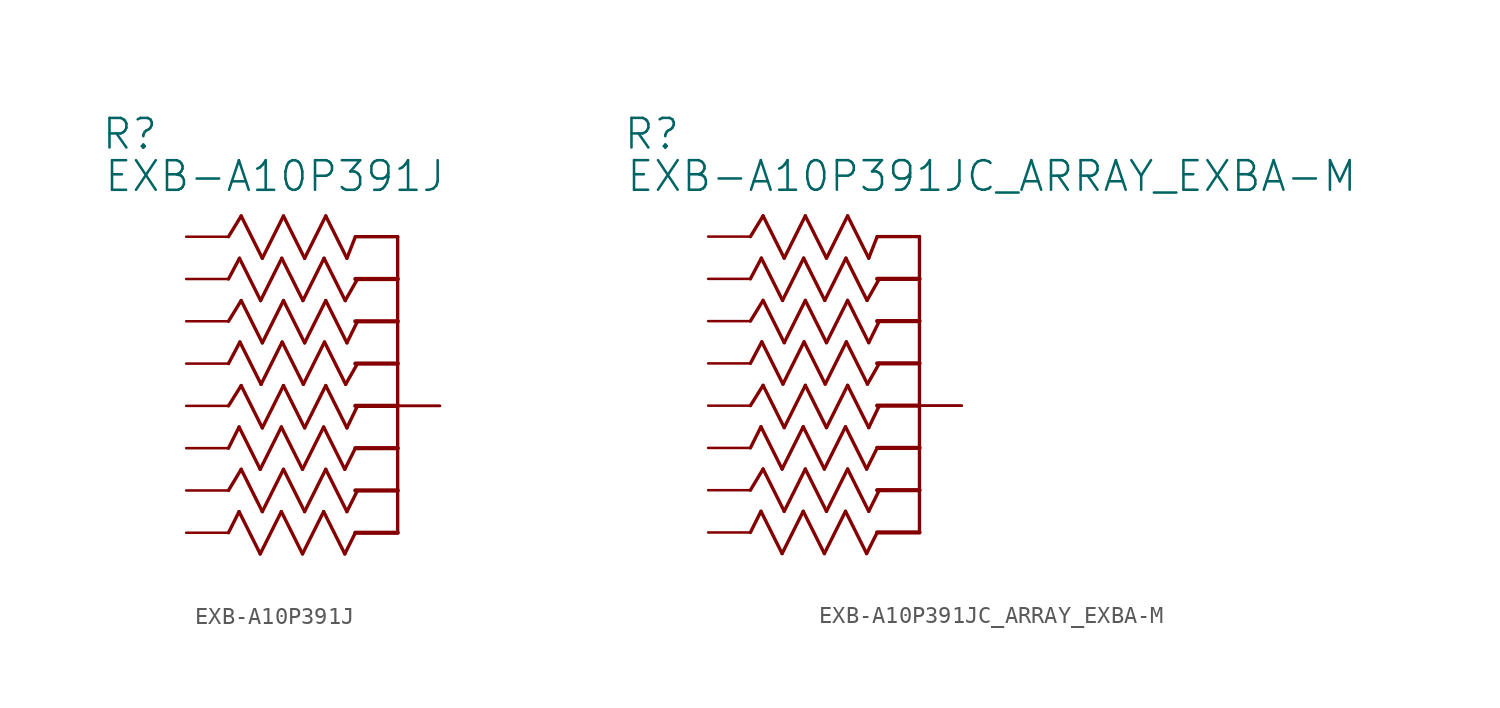
<source format=kicad_sym>
(kicad_symbol_lib
  (version 20211014)
  (generator kicad_symbol_editor)
  (symbol "EXB-A10P391J"
    (property "Reference" "R"
      (at -17.831 5.131 0)
      (effects (font (size 1.778 1.778)) (justify left bottom)))
    (property "Value" "EXB-A10P391J"
      (at -17.678 2.591 0)
      (effects (font (size 1.778 1.778)) (justify left bottom)))
    (property "ki_locked" ""
      (at 0 0 0)
      (effects (font (size 1.27 1.27))))
    (symbol "EXB-A10P391J_1_0"
      (polyline (pts (xy -10.16 -15.24) (xy -9.398 -13.97)) (stroke (width 0.203) (type default) (color 0 0 0 0)) (fill (type none)))
      (polyline (pts (xy -10.16 -10.16) (xy -9.398 -8.941)) (stroke (width 0.203) (type default) (color 0 0 0 0)) (fill (type none)))
      (polyline (pts (xy -10.16 -5.08) (xy -9.398 -3.835)) (stroke (width 0.203) (type default) (color 0 0 0 0)) (fill (type none)))
      (polyline (pts (xy -10.16 0) (xy -9.398 1.245)) (stroke (width 0.203) (type default) (color 0 0 0 0)) (fill (type none)))
      (polyline (pts (xy -9.525 -16.51) (xy -10.16 -17.78)) (stroke (width 0.203) (type default) (color 0 0 0 0)) (fill (type none)))
      (polyline (pts (xy -9.525 -11.43) (xy -10.16 -12.7)) (stroke (width 0.203) (type default) (color 0 0 0 0)) (fill (type none)))
      (polyline (pts (xy -9.5 -1.295) (xy -10.16 -2.54)) (stroke (width 0.203) (type default) (color 0 0 0 0)) (fill (type none)))
      (polyline (pts (xy -9.474 -6.325) (xy -10.16 -7.62)) (stroke (width 0.203) (type default) (color 0 0 0 0)) (fill (type none)))
      (polyline (pts (xy -9.398 -13.97) (xy -8.128 -16.51)) (stroke (width 0.203) (type default) (color 0 0 0 0)) (fill (type none)))
      (polyline (pts (xy -9.398 -8.941) (xy -8.128 -11.481)) (stroke (width 0.203) (type default) (color 0 0 0 0)) (fill (type none)))
      (polyline (pts (xy -9.398 -3.835) (xy -8.128 -6.375)) (stroke (width 0.203) (type default) (color 0 0 0 0)) (fill (type none)))
      (polyline (pts (xy -9.398 1.245) (xy -8.128 -1.295)) (stroke (width 0.203) (type default) (color 0 0 0 0)) (fill (type none)))
      (polyline (pts (xy -8.255 -19.05) (xy -9.525 -16.51)) (stroke (width 0.203) (type default) (color 0 0 0 0)) (fill (type none)))
      (polyline (pts (xy -8.255 -13.97) (xy -9.525 -11.43)) (stroke (width 0.203) (type default) (color 0 0 0 0)) (fill (type none)))
      (polyline (pts (xy -8.23 -3.835) (xy -9.5 -1.295)) (stroke (width 0.203) (type default) (color 0 0 0 0)) (fill (type none)))
      (polyline (pts (xy -8.204 -8.865) (xy -9.474 -6.325)) (stroke (width 0.203) (type default) (color 0 0 0 0)) (fill (type none)))
      (polyline (pts (xy -8.128 -16.51) (xy -6.858 -13.97)) (stroke (width 0.203) (type default) (color 0 0 0 0)) (fill (type none)))
      (polyline (pts (xy -8.128 -11.481) (xy -6.858 -8.941)) (stroke (width 0.203) (type default) (color 0 0 0 0)) (fill (type none)))
      (polyline (pts (xy -8.128 -6.375) (xy -6.858 -3.835)) (stroke (width 0.203) (type default) (color 0 0 0 0)) (fill (type none)))
      (polyline (pts (xy -8.128 -1.295) (xy -6.858 1.245)) (stroke (width 0.203) (type default) (color 0 0 0 0)) (fill (type none)))
      (polyline (pts (xy -6.985 -16.51) (xy -8.255 -19.05)) (stroke (width 0.203) (type default) (color 0 0 0 0)) (fill (type none)))
      (polyline (pts (xy -6.985 -11.43) (xy -8.255 -13.97)) (stroke (width 0.203) (type default) (color 0 0 0 0)) (fill (type none)))
      (polyline (pts (xy -6.96 -1.295) (xy -8.23 -3.835)) (stroke (width 0.203) (type default) (color 0 0 0 0)) (fill (type none)))
      (polyline (pts (xy -6.934 -6.325) (xy -8.204 -8.865)) (stroke (width 0.203) (type default) (color 0 0 0 0)) (fill (type none)))
      (polyline (pts (xy -6.858 -13.97) (xy -5.588 -16.51)) (stroke (width 0.203) (type default) (color 0 0 0 0)) (fill (type none)))
      (polyline (pts (xy -6.858 -8.941) (xy -5.588 -11.481)) (stroke (width 0.203) (type default) (color 0 0 0 0)) (fill (type none)))
      (polyline (pts (xy -6.858 -3.835) (xy -5.588 -6.375)) (stroke (width 0.203) (type default) (color 0 0 0 0)) (fill (type none)))
      (polyline (pts (xy -6.858 1.245) (xy -5.588 -1.295)) (stroke (width 0.203) (type default) (color 0 0 0 0)) (fill (type none)))
      (polyline (pts (xy -5.715 -19.05) (xy -6.985 -16.51)) (stroke (width 0.203) (type default) (color 0 0 0 0)) (fill (type none)))
      (polyline (pts (xy -5.715 -13.97) (xy -6.985 -11.43)) (stroke (width 0.203) (type default) (color 0 0 0 0)) (fill (type none)))
      (polyline (pts (xy -5.69 -3.835) (xy -6.96 -1.295)) (stroke (width 0.203) (type default) (color 0 0 0 0)) (fill (type none)))
      (polyline (pts (xy -5.664 -8.865) (xy -6.934 -6.325)) (stroke (width 0.203) (type default) (color 0 0 0 0)) (fill (type none)))
      (polyline (pts (xy -5.588 -16.51) (xy -4.318 -13.97)) (stroke (width 0.203) (type default) (color 0 0 0 0)) (fill (type none)))
      (polyline (pts (xy -5.588 -11.481) (xy -4.318 -8.941)) (stroke (width 0.203) (type default) (color 0 0 0 0)) (fill (type none)))
      (polyline (pts (xy -5.588 -6.375) (xy -4.318 -3.835)) (stroke (width 0.203) (type default) (color 0 0 0 0)) (fill (type none)))
      (polyline (pts (xy -5.588 -1.295) (xy -4.318 1.245)) (stroke (width 0.203) (type default) (color 0 0 0 0)) (fill (type none)))
      (polyline (pts (xy -4.445 -16.51) (xy -5.715 -19.05)) (stroke (width 0.203) (type default) (color 0 0 0 0)) (fill (type none)))
      (polyline (pts (xy -4.445 -11.43) (xy -5.715 -13.97)) (stroke (width 0.203) (type default) (color 0 0 0 0)) (fill (type none)))
      (polyline (pts (xy -4.42 -1.295) (xy -5.69 -3.835)) (stroke (width 0.203) (type default) (color 0 0 0 0)) (fill (type none)))
      (polyline (pts (xy -4.394 -6.325) (xy -5.664 -8.865)) (stroke (width 0.203) (type default) (color 0 0 0 0)) (fill (type none)))
      (polyline (pts (xy -4.318 -13.97) (xy -3.048 -16.51)) (stroke (width 0.203) (type default) (color 0 0 0 0)) (fill (type none)))
      (polyline (pts (xy -4.318 -8.941) (xy -3.048 -11.481)) (stroke (width 0.203) (type default) (color 0 0 0 0)) (fill (type none)))
      (polyline (pts (xy -4.318 -3.835) (xy -3.048 -6.375)) (stroke (width 0.203) (type default) (color 0 0 0 0)) (fill (type none)))
      (polyline (pts (xy -4.318 1.245) (xy -3.048 -1.295)) (stroke (width 0.203) (type default) (color 0 0 0 0)) (fill (type none)))
      (polyline (pts (xy -3.175 -19.05) (xy -4.445 -16.51)) (stroke (width 0.203) (type default) (color 0 0 0 0)) (fill (type none)))
      (polyline (pts (xy -3.175 -13.97) (xy -4.445 -11.43)) (stroke (width 0.203) (type default) (color 0 0 0 0)) (fill (type none)))
      (polyline (pts (xy -3.15 -3.835) (xy -4.42 -1.295)) (stroke (width 0.203) (type default) (color 0 0 0 0)) (fill (type none)))
      (polyline (pts (xy -3.124 -8.865) (xy -4.394 -6.325)) (stroke (width 0.203) (type default) (color 0 0 0 0)) (fill (type none)))
      (polyline (pts (xy -3.048 -16.51) (xy -2.413 -15.24)) (stroke (width 0.203) (type default) (color 0 0 0 0)) (fill (type none)))
      (polyline (pts (xy -3.048 -11.481) (xy -2.413 -10.16)) (stroke (width 0.203) (type default) (color 0 0 0 0)) (fill (type none)))
      (polyline (pts (xy -3.048 -6.375) (xy -2.413 -5.08)) (stroke (width 0.203) (type default) (color 0 0 0 0)) (fill (type none)))
      (polyline (pts (xy -3.048 -1.295) (xy -2.54 0)) (stroke (width 0.203) (type default) (color 0 0 0 0)) (fill (type none)))
      (polyline (pts (xy -2.54 -17.78) (xy -3.175 -19.05)) (stroke (width 0.203) (type default) (color 0 0 0 0)) (fill (type none)))
      (polyline (pts (xy -2.54 -17.78) (xy 0 -17.78)) (stroke (width 0.254) (type default) (color 0 0 0 0)) (fill (type none)))
      (polyline (pts (xy -2.54 -15.24) (xy 0 -15.24)) (stroke (width 0.254) (type default) (color 0 0 0 0)) (fill (type none)))
      (polyline (pts (xy -2.54 -12.7) (xy -3.175 -13.97)) (stroke (width 0.203) (type default) (color 0 0 0 0)) (fill (type none)))
      (polyline (pts (xy -2.54 -12.7) (xy 0 -12.7)) (stroke (width 0.254) (type default) (color 0 0 0 0)) (fill (type none)))
      (polyline (pts (xy -2.54 -10.16) (xy 0 -10.16)) (stroke (width 0.254) (type default) (color 0 0 0 0)) (fill (type none)))
      (polyline (pts (xy -2.54 -7.62) (xy 0 -7.62)) (stroke (width 0.254) (type default) (color 0 0 0 0)) (fill (type none)))
      (polyline (pts (xy -2.54 -5.08) (xy 0 -5.08)) (stroke (width 0.254) (type default) (color 0 0 0 0)) (fill (type none)))
      (polyline (pts (xy -2.54 -2.54) (xy 0 -2.54)) (stroke (width 0.254) (type default) (color 0 0 0 0)) (fill (type none)))
      (polyline (pts (xy -2.54 0) (xy 0 0)) (stroke (width 0.203) (type default) (color 0 0 0 0)) (fill (type none)))
      (polyline (pts (xy -2.413 -7.62) (xy -3.124 -8.865)) (stroke (width 0.203) (type default) (color 0 0 0 0)) (fill (type none)))
      (polyline (pts (xy -2.413 -2.54) (xy -3.15 -3.835)) (stroke (width 0.203) (type default) (color 0 0 0 0)) (fill (type none)))
      (polyline (pts (xy 0 -15.24) (xy 0 -17.78)) (stroke (width 0.203) (type default) (color 0 0 0 0)) (fill (type none)))
      (polyline (pts (xy 0 -12.7) (xy 0 -15.24)) (stroke (width 0.203) (type default) (color 0 0 0 0)) (fill (type none)))
      (polyline (pts (xy 0 -10.16) (xy 0 -12.7)) (stroke (width 0.203) (type default) (color 0 0 0 0)) (fill (type none)))
      (polyline (pts (xy 0 -7.62) (xy 0 -10.16)) (stroke (width 0.203) (type default) (color 0 0 0 0)) (fill (type none)))
      (polyline (pts (xy 0 -5.08) (xy 0 -7.62)) (stroke (width 0.203) (type default) (color 0 0 0 0)) (fill (type none)))
      (polyline (pts (xy 0 -2.54) (xy 0 -5.08)) (stroke (width 0.203) (type default) (color 0 0 0 0)) (fill (type none)))
      (polyline (pts (xy 0 0) (xy 0 -2.54)) (stroke (width 0.203) (type default) (color 0 0 0 0)) (fill (type none)))
      (pin passive line (at -12.7 0 0) (length 2.54) (name "11" (effects (font (size 0 0)))) (number "1" (effects (font (size 0 0)))))
      (pin passive line (at 2.54 -10.16 180) (length 2.54) (name "55" (effects (font (size 0 0)))) (number "10" (effects (font (size 0 0)))))
      (pin passive line (at -12.7 -5.08 0) (length 2.54) (name "22" (effects (font (size 0 0)))) (number "2" (effects (font (size 0 0)))))
      (pin passive line (at -12.7 -10.16 0) (length 2.54) (name "33" (effects (font (size 0 0)))) (number "3" (effects (font (size 0 0)))))
      (pin passive line (at -12.7 -15.24 0) (length 2.54) (name "44" (effects (font (size 0 0)))) (number "4" (effects (font (size 0 0)))))
      (pin passive line (at 2.54 -10.16 180) (length 2.54) (name "55" (effects (font (size 0 0)))) (number "5" (effects (font (size 0 0)))))
      (pin passive line (at -12.7 -17.78 0) (length 2.54) (name "66" (effects (font (size 0 0)))) (number "6" (effects (font (size 0 0)))))
      (pin passive line (at -12.7 -12.7 0) (length 2.54) (name "77" (effects (font (size 0 0)))) (number "7" (effects (font (size 0 0)))))
      (pin passive line (at -12.7 -7.62 0) (length 2.54) (name "88" (effects (font (size 0 0)))) (number "8" (effects (font (size 0 0)))))
      (pin passive line (at -12.7 -2.54 0) (length 2.54) (name "99" (effects (font (size 0 0)))) (number "9" (effects (font (size 0 0)))))))
  (symbol "EXB-A10P391JC_ARRAY_EXBA-M"
    (property "Reference" "R"
      (at -17.831 5.131 0)
      (effects (font (size 1.778 1.778)) (justify left bottom)))
    (property "Value" "EXB-A10P391JC_ARRAY_EXBA-M"
      (at -17.678 2.591 0)
      (effects (font (size 1.778 1.778)) (justify left bottom)))
    (property "ki_locked" ""
      (at 0 0 0)
      (effects (font (size 1.27 1.27))))
    (symbol "EXB-A10P391JC_ARRAY_EXBA-M_1_0"
      (polyline (pts (xy -10.16 -15.24) (xy -9.398 -13.97)) (stroke (width 0.203) (type default) (color 0 0 0 0)) (fill (type none)))
      (polyline (pts (xy -10.16 -10.16) (xy -9.398 -8.941)) (stroke (width 0.203) (type default) (color 0 0 0 0)) (fill (type none)))
      (polyline (pts (xy -10.16 -5.08) (xy -9.398 -3.835)) (stroke (width 0.203) (type default) (color 0 0 0 0)) (fill (type none)))
      (polyline (pts (xy -10.16 0) (xy -9.398 1.245)) (stroke (width 0.203) (type default) (color 0 0 0 0)) (fill (type none)))
      (polyline (pts (xy -9.525 -16.51) (xy -10.16 -17.78)) (stroke (width 0.203) (type default) (color 0 0 0 0)) (fill (type none)))
      (polyline (pts (xy -9.525 -11.43) (xy -10.16 -12.7)) (stroke (width 0.203) (type default) (color 0 0 0 0)) (fill (type none)))
      (polyline (pts (xy -9.5 -1.295) (xy -10.16 -2.54)) (stroke (width 0.203) (type default) (color 0 0 0 0)) (fill (type none)))
      (polyline (pts (xy -9.474 -6.325) (xy -10.16 -7.62)) (stroke (width 0.203) (type default) (color 0 0 0 0)) (fill (type none)))
      (polyline (pts (xy -9.398 -13.97) (xy -8.128 -16.51)) (stroke (width 0.203) (type default) (color 0 0 0 0)) (fill (type none)))
      (polyline (pts (xy -9.398 -8.941) (xy -8.128 -11.481)) (stroke (width 0.203) (type default) (color 0 0 0 0)) (fill (type none)))
      (polyline (pts (xy -9.398 -3.835) (xy -8.128 -6.375)) (stroke (width 0.203) (type default) (color 0 0 0 0)) (fill (type none)))
      (polyline (pts (xy -9.398 1.245) (xy -8.128 -1.295)) (stroke (width 0.203) (type default) (color 0 0 0 0)) (fill (type none)))
      (polyline (pts (xy -8.255 -19.05) (xy -9.525 -16.51)) (stroke (width 0.203) (type default) (color 0 0 0 0)) (fill (type none)))
      (polyline (pts (xy -8.255 -13.97) (xy -9.525 -11.43)) (stroke (width 0.203) (type default) (color 0 0 0 0)) (fill (type none)))
      (polyline (pts (xy -8.23 -3.835) (xy -9.5 -1.295)) (stroke (width 0.203) (type default) (color 0 0 0 0)) (fill (type none)))
      (polyline (pts (xy -8.204 -8.865) (xy -9.474 -6.325)) (stroke (width 0.203) (type default) (color 0 0 0 0)) (fill (type none)))
      (polyline (pts (xy -8.128 -16.51) (xy -6.858 -13.97)) (stroke (width 0.203) (type default) (color 0 0 0 0)) (fill (type none)))
      (polyline (pts (xy -8.128 -11.481) (xy -6.858 -8.941)) (stroke (width 0.203) (type default) (color 0 0 0 0)) (fill (type none)))
      (polyline (pts (xy -8.128 -6.375) (xy -6.858 -3.835)) (stroke (width 0.203) (type default) (color 0 0 0 0)) (fill (type none)))
      (polyline (pts (xy -8.128 -1.295) (xy -6.858 1.245)) (stroke (width 0.203) (type default) (color 0 0 0 0)) (fill (type none)))
      (polyline (pts (xy -6.985 -16.51) (xy -8.255 -19.05)) (stroke (width 0.203) (type default) (color 0 0 0 0)) (fill (type none)))
      (polyline (pts (xy -6.985 -11.43) (xy -8.255 -13.97)) (stroke (width 0.203) (type default) (color 0 0 0 0)) (fill (type none)))
      (polyline (pts (xy -6.96 -1.295) (xy -8.23 -3.835)) (stroke (width 0.203) (type default) (color 0 0 0 0)) (fill (type none)))
      (polyline (pts (xy -6.934 -6.325) (xy -8.204 -8.865)) (stroke (width 0.203) (type default) (color 0 0 0 0)) (fill (type none)))
      (polyline (pts (xy -6.858 -13.97) (xy -5.588 -16.51)) (stroke (width 0.203) (type default) (color 0 0 0 0)) (fill (type none)))
      (polyline (pts (xy -6.858 -8.941) (xy -5.588 -11.481)) (stroke (width 0.203) (type default) (color 0 0 0 0)) (fill (type none)))
      (polyline (pts (xy -6.858 -3.835) (xy -5.588 -6.375)) (stroke (width 0.203) (type default) (color 0 0 0 0)) (fill (type none)))
      (polyline (pts (xy -6.858 1.245) (xy -5.588 -1.295)) (stroke (width 0.203) (type default) (color 0 0 0 0)) (fill (type none)))
      (polyline (pts (xy -5.715 -19.05) (xy -6.985 -16.51)) (stroke (width 0.203) (type default) (color 0 0 0 0)) (fill (type none)))
      (polyline (pts (xy -5.715 -13.97) (xy -6.985 -11.43)) (stroke (width 0.203) (type default) (color 0 0 0 0)) (fill (type none)))
      (polyline (pts (xy -5.69 -3.835) (xy -6.96 -1.295)) (stroke (width 0.203) (type default) (color 0 0 0 0)) (fill (type none)))
      (polyline (pts (xy -5.664 -8.865) (xy -6.934 -6.325)) (stroke (width 0.203) (type default) (color 0 0 0 0)) (fill (type none)))
      (polyline (pts (xy -5.588 -16.51) (xy -4.318 -13.97)) (stroke (width 0.203) (type default) (color 0 0 0 0)) (fill (type none)))
      (polyline (pts (xy -5.588 -11.481) (xy -4.318 -8.941)) (stroke (width 0.203) (type default) (color 0 0 0 0)) (fill (type none)))
      (polyline (pts (xy -5.588 -6.375) (xy -4.318 -3.835)) (stroke (width 0.203) (type default) (color 0 0 0 0)) (fill (type none)))
      (polyline (pts (xy -5.588 -1.295) (xy -4.318 1.245)) (stroke (width 0.203) (type default) (color 0 0 0 0)) (fill (type none)))
      (polyline (pts (xy -4.445 -16.51) (xy -5.715 -19.05)) (stroke (width 0.203) (type default) (color 0 0 0 0)) (fill (type none)))
      (polyline (pts (xy -4.445 -11.43) (xy -5.715 -13.97)) (stroke (width 0.203) (type default) (color 0 0 0 0)) (fill (type none)))
      (polyline (pts (xy -4.42 -1.295) (xy -5.69 -3.835)) (stroke (width 0.203) (type default) (color 0 0 0 0)) (fill (type none)))
      (polyline (pts (xy -4.394 -6.325) (xy -5.664 -8.865)) (stroke (width 0.203) (type default) (color 0 0 0 0)) (fill (type none)))
      (polyline (pts (xy -4.318 -13.97) (xy -3.048 -16.51)) (stroke (width 0.203) (type default) (color 0 0 0 0)) (fill (type none)))
      (polyline (pts (xy -4.318 -8.941) (xy -3.048 -11.481)) (stroke (width 0.203) (type default) (color 0 0 0 0)) (fill (type none)))
      (polyline (pts (xy -4.318 -3.835) (xy -3.048 -6.375)) (stroke (width 0.203) (type default) (color 0 0 0 0)) (fill (type none)))
      (polyline (pts (xy -4.318 1.245) (xy -3.048 -1.295)) (stroke (width 0.203) (type default) (color 0 0 0 0)) (fill (type none)))
      (polyline (pts (xy -3.175 -19.05) (xy -4.445 -16.51)) (stroke (width 0.203) (type default) (color 0 0 0 0)) (fill (type none)))
      (polyline (pts (xy -3.175 -13.97) (xy -4.445 -11.43)) (stroke (width 0.203) (type default) (color 0 0 0 0)) (fill (type none)))
      (polyline (pts (xy -3.15 -3.835) (xy -4.42 -1.295)) (stroke (width 0.203) (type default) (color 0 0 0 0)) (fill (type none)))
      (polyline (pts (xy -3.124 -8.865) (xy -4.394 -6.325)) (stroke (width 0.203) (type default) (color 0 0 0 0)) (fill (type none)))
      (polyline (pts (xy -3.048 -16.51) (xy -2.413 -15.24)) (stroke (width 0.203) (type default) (color 0 0 0 0)) (fill (type none)))
      (polyline (pts (xy -3.048 -11.481) (xy -2.413 -10.16)) (stroke (width 0.203) (type default) (color 0 0 0 0)) (fill (type none)))
      (polyline (pts (xy -3.048 -6.375) (xy -2.413 -5.08)) (stroke (width 0.203) (type default) (color 0 0 0 0)) (fill (type none)))
      (polyline (pts (xy -3.048 -1.295) (xy -2.54 0)) (stroke (width 0.203) (type default) (color 0 0 0 0)) (fill (type none)))
      (polyline (pts (xy -2.54 -17.78) (xy -3.175 -19.05)) (stroke (width 0.203) (type default) (color 0 0 0 0)) (fill (type none)))
      (polyline (pts (xy -2.54 -17.78) (xy 0 -17.78)) (stroke (width 0.254) (type default) (color 0 0 0 0)) (fill (type none)))
      (polyline (pts (xy -2.54 -15.24) (xy 0 -15.24)) (stroke (width 0.254) (type default) (color 0 0 0 0)) (fill (type none)))
      (polyline (pts (xy -2.54 -12.7) (xy -3.175 -13.97)) (stroke (width 0.203) (type default) (color 0 0 0 0)) (fill (type none)))
      (polyline (pts (xy -2.54 -12.7) (xy 0 -12.7)) (stroke (width 0.254) (type default) (color 0 0 0 0)) (fill (type none)))
      (polyline (pts (xy -2.54 -10.16) (xy 0 -10.16)) (stroke (width 0.254) (type default) (color 0 0 0 0)) (fill (type none)))
      (polyline (pts (xy -2.54 -7.62) (xy 0 -7.62)) (stroke (width 0.254) (type default) (color 0 0 0 0)) (fill (type none)))
      (polyline (pts (xy -2.54 -5.08) (xy 0 -5.08)) (stroke (width 0.254) (type default) (color 0 0 0 0)) (fill (type none)))
      (polyline (pts (xy -2.54 -2.54) (xy 0 -2.54)) (stroke (width 0.254) (type default) (color 0 0 0 0)) (fill (type none)))
      (polyline (pts (xy -2.54 0) (xy 0 0)) (stroke (width 0.203) (type default) (color 0 0 0 0)) (fill (type none)))
      (polyline (pts (xy -2.413 -7.62) (xy -3.124 -8.865)) (stroke (width 0.203) (type default) (color 0 0 0 0)) (fill (type none)))
      (polyline (pts (xy -2.413 -2.54) (xy -3.15 -3.835)) (stroke (width 0.203) (type default) (color 0 0 0 0)) (fill (type none)))
      (polyline (pts (xy 0 -15.24) (xy 0 -17.78)) (stroke (width 0.203) (type default) (color 0 0 0 0)) (fill (type none)))
      (polyline (pts (xy 0 -12.7) (xy 0 -15.24)) (stroke (width 0.203) (type default) (color 0 0 0 0)) (fill (type none)))
      (polyline (pts (xy 0 -10.16) (xy 0 -12.7)) (stroke (width 0.203) (type default) (color 0 0 0 0)) (fill (type none)))
      (polyline (pts (xy 0 -7.62) (xy 0 -10.16)) (stroke (width 0.203) (type default) (color 0 0 0 0)) (fill (type none)))
      (polyline (pts (xy 0 -5.08) (xy 0 -7.62)) (stroke (width 0.203) (type default) (color 0 0 0 0)) (fill (type none)))
      (polyline (pts (xy 0 -2.54) (xy 0 -5.08)) (stroke (width 0.203) (type default) (color 0 0 0 0)) (fill (type none)))
      (polyline (pts (xy 0 0) (xy 0 -2.54)) (stroke (width 0.203) (type default) (color 0 0 0 0)) (fill (type none)))
      (pin passive line (at -12.7 0 0) (length 2.54) (name "11" (effects (font (size 0 0)))) (number "1" (effects (font (size 0 0)))))
      (pin passive line (at 2.54 -10.16 180) (length 2.54) (name "55" (effects (font (size 0 0)))) (number "10" (effects (font (size 0 0)))))
      (pin passive line (at -12.7 -5.08 0) (length 2.54) (name "22" (effects (font (size 0 0)))) (number "2" (effects (font (size 0 0)))))
      (pin passive line (at -12.7 -10.16 0) (length 2.54) (name "33" (effects (font (size 0 0)))) (number "3" (effects (font (size 0 0)))))
      (pin passive line (at -12.7 -15.24 0) (length 2.54) (name "44" (effects (font (size 0 0)))) (number "4" (effects (font (size 0 0)))))
      (pin passive line (at 2.54 -10.16 180) (length 2.54) (name "55" (effects (font (size 0 0)))) (number "5" (effects (font (size 0 0)))))
      (pin passive line (at -12.7 -17.78 0) (length 2.54) (name "66" (effects (font (size 0 0)))) (number "6" (effects (font (size 0 0)))))
      (pin passive line (at -12.7 -12.7 0) (length 2.54) (name "77" (effects (font (size 0 0)))) (number "7" (effects (font (size 0 0)))))
      (pin passive line (at -12.7 -7.62 0) (length 2.54) (name "88" (effects (font (size 0 0)))) (number "8" (effects (font (size 0 0)))))
      (pin passive line (at -12.7 -2.54 0) (length 2.54) (name "99" (effects (font (size 0 0)))) (number "9" (effects (font (size 0 0))))))))
</source>
